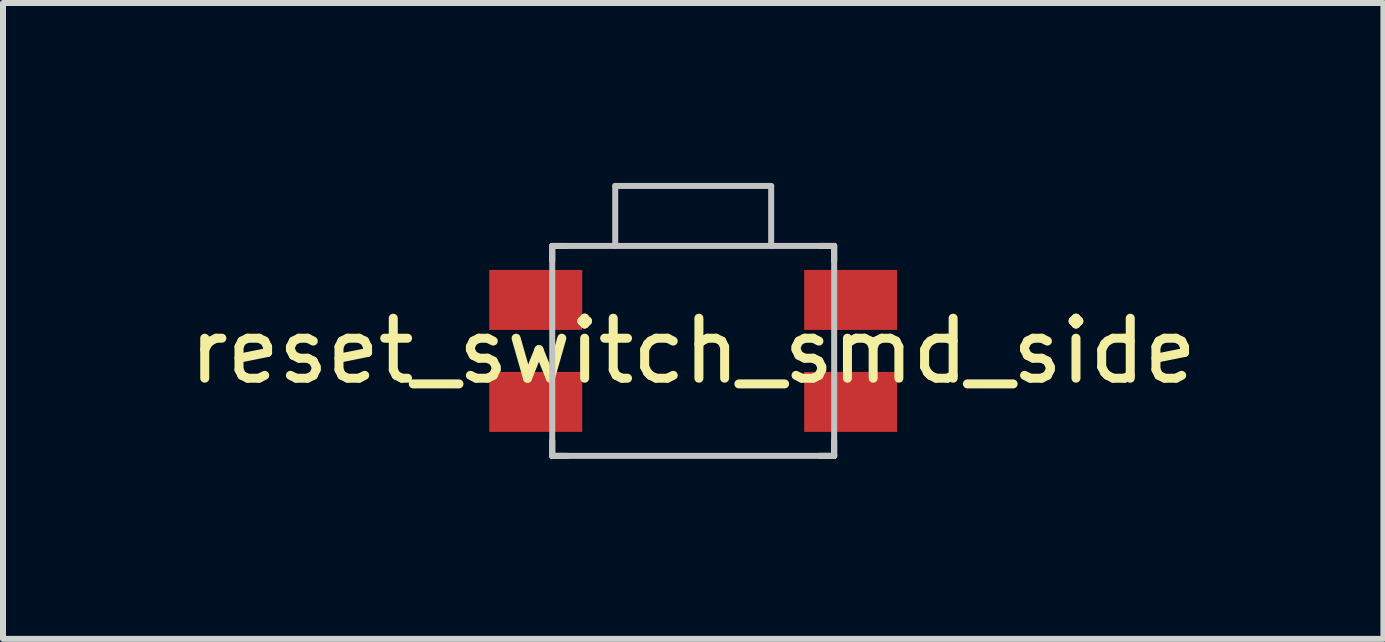
<source format=kicad_pcb>
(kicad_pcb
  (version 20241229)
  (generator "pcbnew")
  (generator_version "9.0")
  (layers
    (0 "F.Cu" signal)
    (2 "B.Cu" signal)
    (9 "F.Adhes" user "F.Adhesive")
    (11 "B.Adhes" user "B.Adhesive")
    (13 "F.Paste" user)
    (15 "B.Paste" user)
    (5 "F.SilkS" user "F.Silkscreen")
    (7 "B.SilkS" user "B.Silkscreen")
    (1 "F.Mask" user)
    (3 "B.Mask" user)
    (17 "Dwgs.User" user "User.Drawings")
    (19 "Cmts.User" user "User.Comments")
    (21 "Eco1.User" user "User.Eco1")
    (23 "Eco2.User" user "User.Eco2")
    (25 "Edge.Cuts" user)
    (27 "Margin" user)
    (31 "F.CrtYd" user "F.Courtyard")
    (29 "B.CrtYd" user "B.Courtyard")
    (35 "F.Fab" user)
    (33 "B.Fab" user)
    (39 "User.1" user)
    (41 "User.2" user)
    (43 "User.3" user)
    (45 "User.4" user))
  (footprint "reset_switch_smd_side"
    (layer "F.Cu")
    (at 8.506 2.8)
    (property "Reference" "reset_switch_smd_side" (at 0 0 0) (layer "F.SilkS") (effects (font (size 1 1) (thickness 0.15))))
    (attr smd)
    (fp_line (start -2.35 -1.5) (end -2.35 -1.75) (stroke (width 0.1) (type solid)) (layer "F.SilkS"))
    (fp_line (start -2.35 1.5) (end -2.35 1.75) (stroke (width 0.1) (type solid)) (layer "F.SilkS"))
    (fp_line (start -2.1 -1.75) (end -2.35 -1.75) (stroke (width 0.1) (type solid)) (layer "F.SilkS"))
    (fp_line (start -2.1 1.75) (end -2.35 1.75) (stroke (width 0.1) (type solid)) (layer "F.SilkS"))
    (fp_line (start 2.1 -1.75) (end 2.35 -1.75) (stroke (width 0.1) (type solid)) (layer "F.SilkS"))
    (fp_line (start 2.1 1.75) (end 2.35 1.75) (stroke (width 0.1) (type solid)) (layer "F.SilkS"))
    (fp_line (start 2.35 -1.5) (end 2.35 -1.75) (stroke (width 0.1) (type solid)) (layer "F.SilkS"))
    (fp_line (start 2.35 1.5) (end 2.35 1.75) (stroke (width 0.1) (type solid)) (layer "F.SilkS"))
    (fp_line (start -2.35 -1.75) (end -2.35 1.75) (stroke (width 0.1) (type solid)) (layer "Dwgs.User"))
    (fp_line (start -2.35 -1.75) (end 2.35 -1.75) (stroke (width 0.1) (type solid)) (layer "Dwgs.User"))
    (fp_line (start -2.35 1.75) (end 2.35 1.75) (stroke (width 0.1) (type solid)) (layer "Dwgs.User"))
    (fp_line (start -1.3 -2.75) (end -1.3 -1.75) (stroke (width 0.1) (type solid)) (layer "Dwgs.User"))
    (fp_line (start -1.3 -2.75) (end 1.3 -2.75) (stroke (width 0.1) (type solid)) (layer "Dwgs.User"))
    (fp_line (start 1.3 -2.75) (end 1.3 -1.75) (stroke (width 0.1) (type solid)) (layer "Dwgs.User"))
    (fp_line (start 2.35 -1.75) (end 2.35 1.75) (stroke (width 0.1) (type solid)) (layer "Dwgs.User"))
    (pad "1" smd rect (at 2.625 -0.85 180) (size 1.55 1) (layers "F.Cu" "F.Mask" "F.Paste"))
    (pad "2" smd rect (at 2.625 0.85 180) (size 1.55 1) (layers "F.Cu" "F.Mask" "F.Paste"))
    (pad "3" smd rect (at -2.625 -0.85 180) (size 1.55 1) (layers "F.Cu" "F.Mask" "F.Paste"))
    (pad "4" smd rect (at -2.625 0.85 180) (size 1.55 1) (layers "F.Cu" "F.Mask" "F.Paste")))
  (gr_rect
    (start -3 -3)
    (end 20.012 7.6)
    (stroke (width 0.1) (type default))
    (fill no)
    (layer "Edge.Cuts")))
</source>
